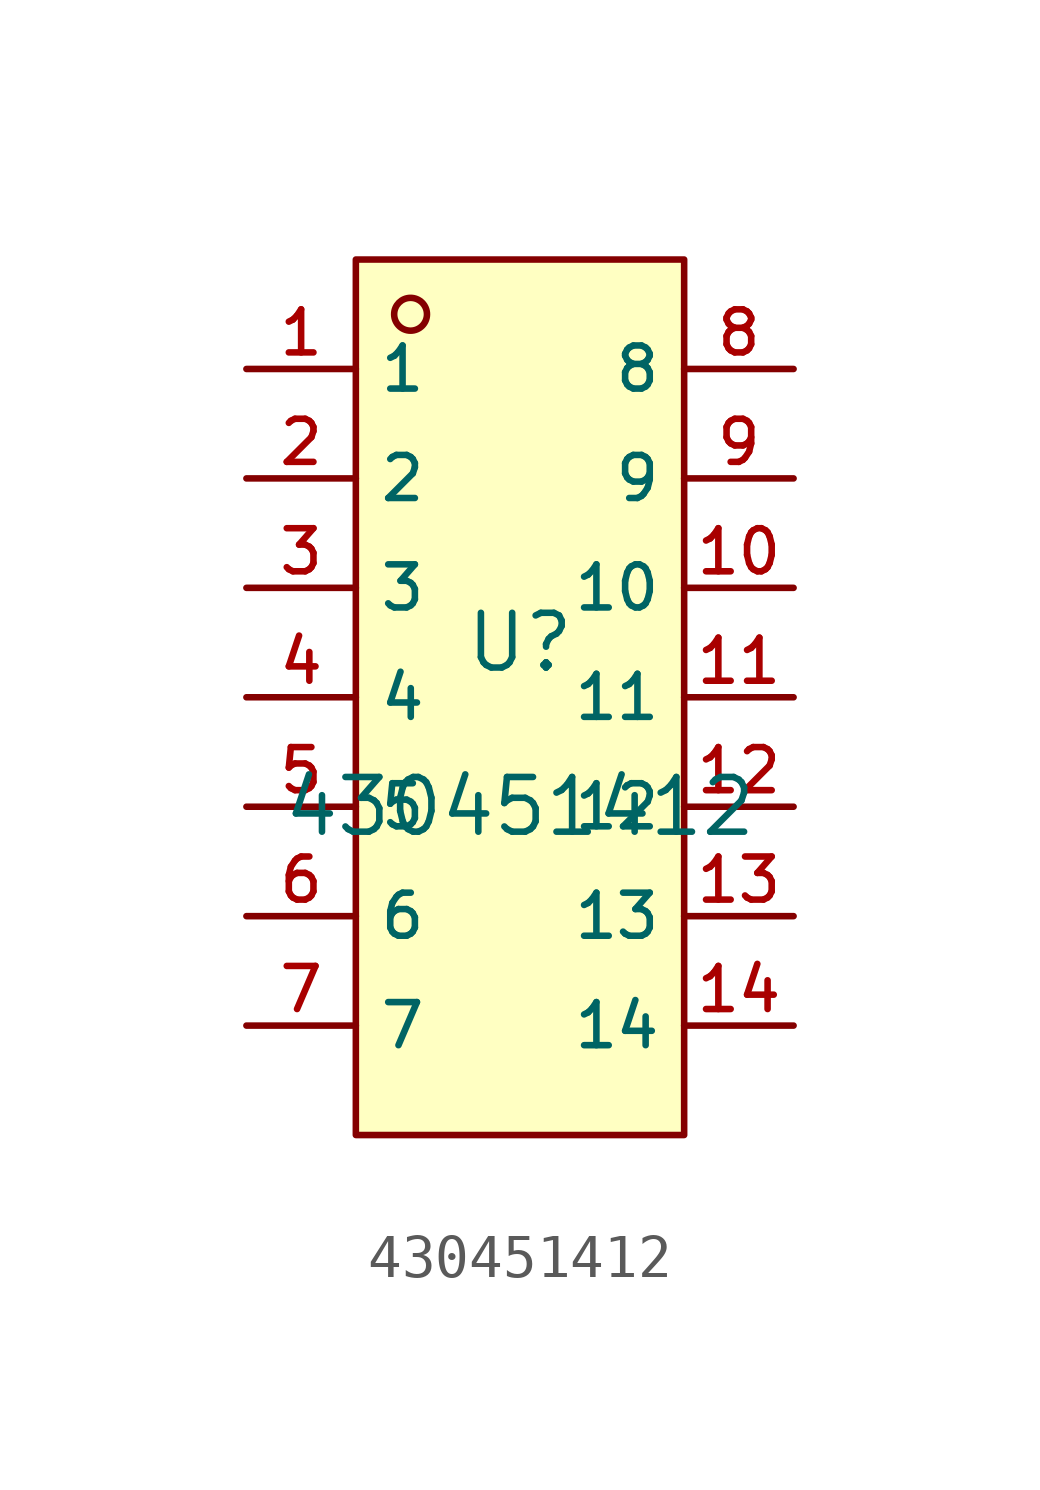
<source format=kicad_sym>
(kicad_symbol_lib
  (version 20210201)
  (generator TousstNicolas/JLC2KiCad_lib)
  (symbol "430451412"
    (property "Reference" "U"
      (at 0 1.27 0)
      (effects (font (size 1.27 1.27))))
    (property "Value" "430451412"
      (at 0 -2.54 0)
      (effects (font (size 1.27 1.27))))
    (symbol "430451412_0_1"
      (rectangle (start -3.81 10.16) (end 3.81 -10.16) (stroke (width 0) (type default) (color 0 0 0 0)) (fill (type background)))
      (circle (center -2.54 8.89) (radius 0.381) (stroke (width 0) (type default) (color 0 0 0 0)) (fill (type background)))
      (pin unspecified line (at -6.35 7.62 0) (length 2.54) (name "1" (effects (font (size 1 1)))) (number "1" (effects (font (size 1 1)))))
      (pin unspecified line (at -6.35 5.08 0) (length 2.54) (name "2" (effects (font (size 1 1)))) (number "2" (effects (font (size 1 1)))))
      (pin unspecified line (at -6.35 2.54 0) (length 2.54) (name "3" (effects (font (size 1 1)))) (number "3" (effects (font (size 1 1)))))
      (pin unspecified line (at -6.35 -0.0 0) (length 2.54) (name "4" (effects (font (size 1 1)))) (number "4" (effects (font (size 1 1)))))
      (pin unspecified line (at -6.35 -2.54 0) (length 2.54) (name "5" (effects (font (size 1 1)))) (number "5" (effects (font (size 1 1)))))
      (pin unspecified line (at -6.35 -5.08 0) (length 2.54) (name "6" (effects (font (size 1 1)))) (number "6" (effects (font (size 1 1)))))
      (pin unspecified line (at -6.35 -7.62 0) (length 2.54) (name "7" (effects (font (size 1 1)))) (number "7" (effects (font (size 1 1)))))
      (pin unspecified line (at 6.35 7.62 180) (length 2.54) (name "8" (effects (font (size 1 1)))) (number "8" (effects (font (size 1 1)))))
      (pin unspecified line (at 6.35 5.08 180) (length 2.54) (name "9" (effects (font (size 1 1)))) (number "9" (effects (font (size 1 1)))))
      (pin unspecified line (at 6.35 2.54 180) (length 2.54) (name "10" (effects (font (size 1 1)))) (number "10" (effects (font (size 1 1)))))
      (pin unspecified line (at 6.35 -0.0 180) (length 2.54) (name "11" (effects (font (size 1 1)))) (number "11" (effects (font (size 1 1)))))
      (pin unspecified line (at 6.35 -2.54 180) (length 2.54) (name "12" (effects (font (size 1 1)))) (number "12" (effects (font (size 1 1)))))
      (pin unspecified line (at 6.35 -5.08 180) (length 2.54) (name "13" (effects (font (size 1 1)))) (number "13" (effects (font (size 1 1)))))
      (pin unspecified line (at 6.35 -7.62 180) (length 2.54) (name "14" (effects (font (size 1 1)))) (number "14" (effects (font (size 1 1))))))))
</source>
